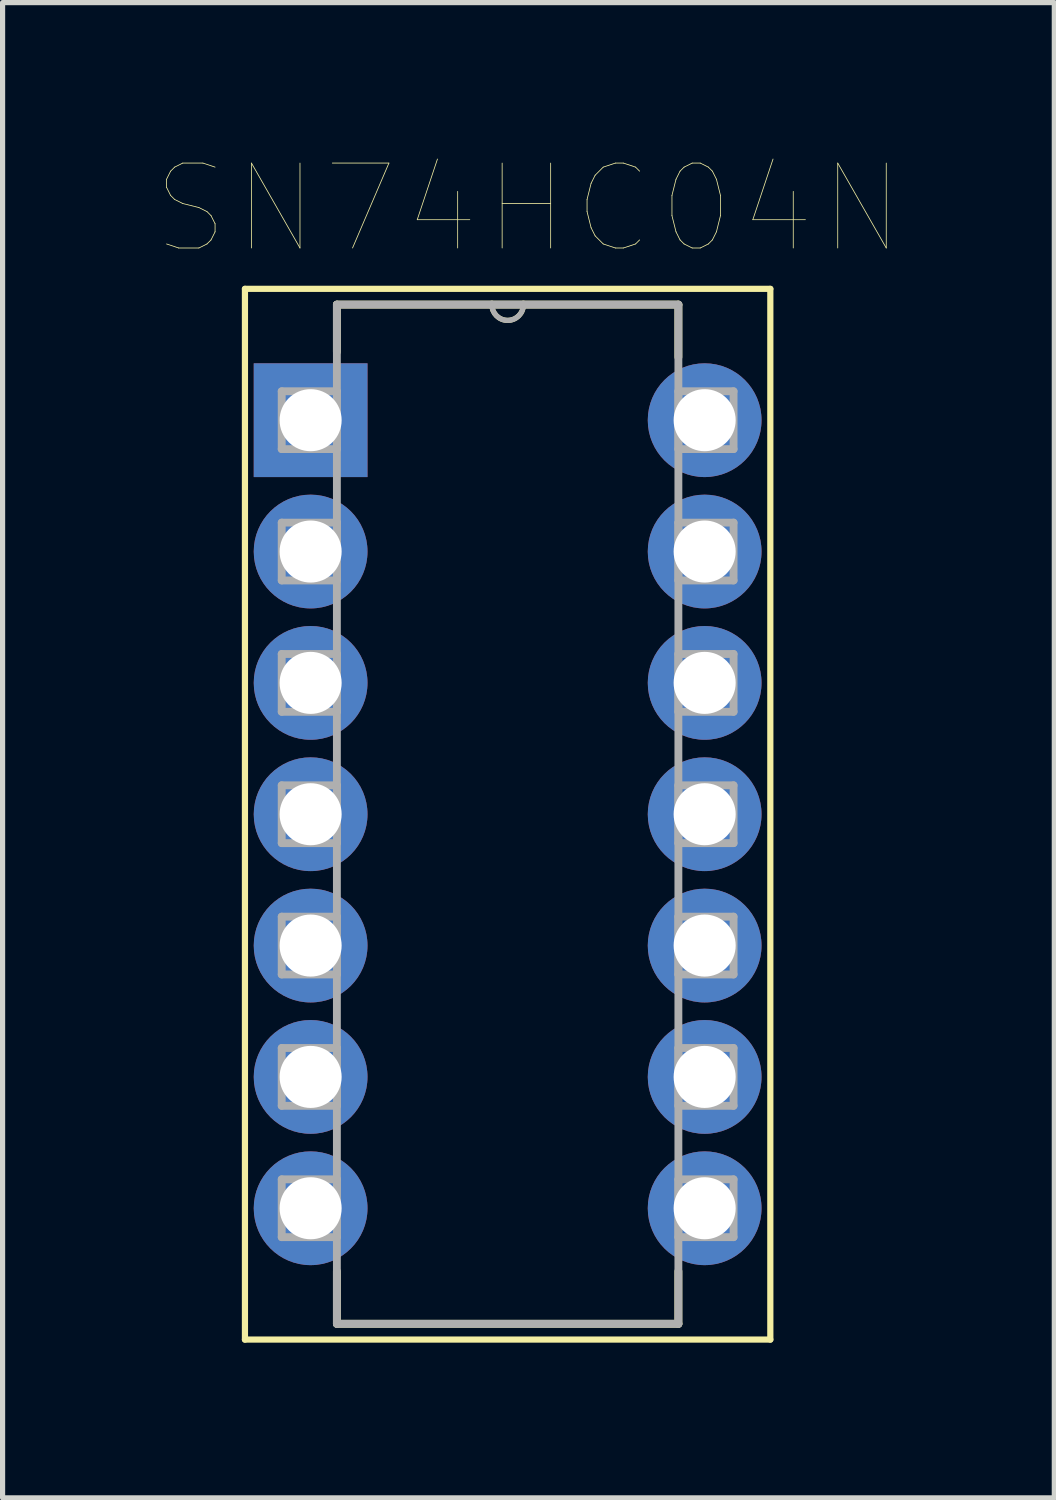
<source format=kicad_pcb>
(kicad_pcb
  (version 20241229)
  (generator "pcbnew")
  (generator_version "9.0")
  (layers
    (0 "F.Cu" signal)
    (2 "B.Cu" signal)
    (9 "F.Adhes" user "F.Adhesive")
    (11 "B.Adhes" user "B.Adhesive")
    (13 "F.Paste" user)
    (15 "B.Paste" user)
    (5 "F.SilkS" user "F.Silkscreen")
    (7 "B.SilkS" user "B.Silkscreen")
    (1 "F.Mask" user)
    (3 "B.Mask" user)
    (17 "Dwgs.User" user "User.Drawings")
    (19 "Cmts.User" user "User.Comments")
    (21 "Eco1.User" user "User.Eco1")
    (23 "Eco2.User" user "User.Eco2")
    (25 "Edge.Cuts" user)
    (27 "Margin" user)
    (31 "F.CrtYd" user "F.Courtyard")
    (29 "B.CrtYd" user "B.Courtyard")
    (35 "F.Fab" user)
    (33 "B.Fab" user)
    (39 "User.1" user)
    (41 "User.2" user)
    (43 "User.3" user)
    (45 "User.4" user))
  (footprint "SN74HC04N"
    (layer "F.Cu")
    (at 10.577 20.316)
    (property "Reference" "SN74HC04N" (at -3.408 -19.329 0) (layer "F.SilkS") (effects (font (size 1.642 1.642) (thickness 0.015))))
    (attr through_hole)
    (fp_line (start -8.89 -17.78) (end 1.27 -17.78) (stroke (width 0.12) (type solid)) (layer "F.SilkS"))
    (fp_line (start -8.89 2.54) (end -8.89 -17.78) (stroke (width 0.12) (type solid)) (layer "F.SilkS"))
    (fp_line (start -7.112 -17.475) (end -7.112 -16.561) (stroke (width 0.152) (type solid)) (layer "F.SilkS"))
    (fp_line (start -7.112 1.219) (end -7.112 2.235) (stroke (width 0.152) (type solid)) (layer "F.SilkS"))
    (fp_line (start -7.112 2.235) (end -0.508 2.235) (stroke (width 0.152) (type solid)) (layer "F.SilkS"))
    (fp_line (start -4.115 -17.475) (end -7.112 -17.475) (stroke (width 0.152) (type solid)) (layer "F.SilkS"))
    (fp_line (start -3.505 -17.475) (end -4.115 -17.475) (stroke (width 0.152) (type solid)) (layer "F.SilkS"))
    (fp_line (start -0.508 -17.475) (end -3.505 -17.475) (stroke (width 0.152) (type solid)) (layer "F.SilkS"))
    (fp_line (start -0.508 -16.459) (end -0.508 -17.475) (stroke (width 0.152) (type solid)) (layer "F.SilkS"))
    (fp_line (start -0.508 2.235) (end -0.508 1.219) (stroke (width 0.152) (type solid)) (layer "F.SilkS"))
    (fp_line (start 1.27 -17.78) (end 1.27 2.54) (stroke (width 0.12) (type solid)) (layer "F.SilkS"))
    (fp_line (start 1.27 2.54) (end -8.89 2.54) (stroke (width 0.12) (type solid)) (layer "F.SilkS"))
    (fp_arc (start -3.5052 -17.4752) (mid -3.81 -17.1704) (end -4.1148 -17.4752) (stroke (width 0.1) (type solid)) (layer "F.SilkS"))
    (fp_line (start -8.179 -15.799) (end -8.179 -14.681) (stroke (width 0.152) (type solid)) (layer "F.Fab"))
    (fp_line (start -8.179 -14.681) (end -7.112 -14.681) (stroke (width 0.152) (type solid)) (layer "F.Fab"))
    (fp_line (start -8.179 -13.259) (end -8.179 -12.141) (stroke (width 0.152) (type solid)) (layer "F.Fab"))
    (fp_line (start -8.179 -12.141) (end -7.112 -12.141) (stroke (width 0.152) (type solid)) (layer "F.Fab"))
    (fp_line (start -8.179 -10.719) (end -8.179 -9.601) (stroke (width 0.152) (type solid)) (layer "F.Fab"))
    (fp_line (start -8.179 -9.601) (end -7.112 -9.601) (stroke (width 0.152) (type solid)) (layer "F.Fab"))
    (fp_line (start -8.179 -8.179) (end -8.179 -7.061) (stroke (width 0.152) (type solid)) (layer "F.Fab"))
    (fp_line (start -8.179 -7.061) (end -7.112 -7.061) (stroke (width 0.152) (type solid)) (layer "F.Fab"))
    (fp_line (start -8.179 -5.639) (end -8.179 -4.521) (stroke (width 0.152) (type solid)) (layer "F.Fab"))
    (fp_line (start -8.179 -4.521) (end -7.112 -4.521) (stroke (width 0.152) (type solid)) (layer "F.Fab"))
    (fp_line (start -8.179 -3.099) (end -8.179 -1.981) (stroke (width 0.152) (type solid)) (layer "F.Fab"))
    (fp_line (start -8.179 -1.981) (end -7.112 -1.981) (stroke (width 0.152) (type solid)) (layer "F.Fab"))
    (fp_line (start -8.179 -0.559) (end -8.179 0.559) (stroke (width 0.152) (type solid)) (layer "F.Fab"))
    (fp_line (start -8.179 0.559) (end -7.112 0.559) (stroke (width 0.152) (type solid)) (layer "F.Fab"))
    (fp_line (start -7.112 -17.475) (end -7.112 2.235) (stroke (width 0.152) (type solid)) (layer "F.Fab"))
    (fp_line (start -7.112 -15.799) (end -8.179 -15.799) (stroke (width 0.152) (type solid)) (layer "F.Fab"))
    (fp_line (start -7.112 -14.681) (end -7.112 -15.799) (stroke (width 0.152) (type solid)) (layer "F.Fab"))
    (fp_line (start -7.112 -13.259) (end -8.179 -13.259) (stroke (width 0.152) (type solid)) (layer "F.Fab"))
    (fp_line (start -7.112 -12.141) (end -7.112 -13.259) (stroke (width 0.152) (type solid)) (layer "F.Fab"))
    (fp_line (start -7.112 -10.719) (end -8.179 -10.719) (stroke (width 0.152) (type solid)) (layer "F.Fab"))
    (fp_line (start -7.112 -9.601) (end -7.112 -10.719) (stroke (width 0.152) (type solid)) (layer "F.Fab"))
    (fp_line (start -7.112 -8.179) (end -8.179 -8.179) (stroke (width 0.152) (type solid)) (layer "F.Fab"))
    (fp_line (start -7.112 -7.061) (end -7.112 -8.179) (stroke (width 0.152) (type solid)) (layer "F.Fab"))
    (fp_line (start -7.112 -5.639) (end -8.179 -5.639) (stroke (width 0.152) (type solid)) (layer "F.Fab"))
    (fp_line (start -7.112 -4.521) (end -7.112 -5.639) (stroke (width 0.152) (type solid)) (layer "F.Fab"))
    (fp_line (start -7.112 -3.099) (end -8.179 -3.099) (stroke (width 0.152) (type solid)) (layer "F.Fab"))
    (fp_line (start -7.112 -1.981) (end -7.112 -3.099) (stroke (width 0.152) (type solid)) (layer "F.Fab"))
    (fp_line (start -7.112 -0.559) (end -8.179 -0.559) (stroke (width 0.152) (type solid)) (layer "F.Fab"))
    (fp_line (start -7.112 0.559) (end -7.112 -0.559) (stroke (width 0.152) (type solid)) (layer "F.Fab"))
    (fp_line (start -7.112 2.235) (end -0.508 2.235) (stroke (width 0.152) (type solid)) (layer "F.Fab"))
    (fp_line (start -4.115 -17.475) (end -7.112 -17.475) (stroke (width 0.152) (type solid)) (layer "F.Fab"))
    (fp_line (start -3.505 -17.475) (end -4.115 -17.475) (stroke (width 0.152) (type solid)) (layer "F.Fab"))
    (fp_line (start -0.508 -17.475) (end -3.505 -17.475) (stroke (width 0.152) (type solid)) (layer "F.Fab"))
    (fp_line (start -0.508 -15.799) (end -0.508 -14.681) (stroke (width 0.152) (type solid)) (layer "F.Fab"))
    (fp_line (start -0.508 -14.681) (end 0.559 -14.681) (stroke (width 0.152) (type solid)) (layer "F.Fab"))
    (fp_line (start -0.508 -13.259) (end -0.508 -12.141) (stroke (width 0.152) (type solid)) (layer "F.Fab"))
    (fp_line (start -0.508 -12.141) (end 0.559 -12.141) (stroke (width 0.152) (type solid)) (layer "F.Fab"))
    (fp_line (start -0.508 -10.719) (end -0.508 -9.601) (stroke (width 0.152) (type solid)) (layer "F.Fab"))
    (fp_line (start -0.508 -9.601) (end 0.559 -9.601) (stroke (width 0.152) (type solid)) (layer "F.Fab"))
    (fp_line (start -0.508 -8.179) (end -0.508 -7.061) (stroke (width 0.152) (type solid)) (layer "F.Fab"))
    (fp_line (start -0.508 -7.061) (end 0.559 -7.061) (stroke (width 0.152) (type solid)) (layer "F.Fab"))
    (fp_line (start -0.508 -5.639) (end -0.508 -4.521) (stroke (width 0.152) (type solid)) (layer "F.Fab"))
    (fp_line (start -0.508 -4.521) (end 0.559 -4.521) (stroke (width 0.152) (type solid)) (layer "F.Fab"))
    (fp_line (start -0.508 -3.099) (end -0.508 -1.981) (stroke (width 0.152) (type solid)) (layer "F.Fab"))
    (fp_line (start -0.508 -1.981) (end 0.559 -1.981) (stroke (width 0.152) (type solid)) (layer "F.Fab"))
    (fp_line (start -0.508 -0.559) (end -0.508 0.559) (stroke (width 0.152) (type solid)) (layer "F.Fab"))
    (fp_line (start -0.508 0.559) (end 0.559 0.559) (stroke (width 0.152) (type solid)) (layer "F.Fab"))
    (fp_line (start -0.508 2.235) (end -0.508 -17.475) (stroke (width 0.152) (type solid)) (layer "F.Fab"))
    (fp_line (start 0.559 -15.799) (end -0.508 -15.799) (stroke (width 0.152) (type solid)) (layer "F.Fab"))
    (fp_line (start 0.559 -14.681) (end 0.559 -15.799) (stroke (width 0.152) (type solid)) (layer "F.Fab"))
    (fp_line (start 0.559 -13.259) (end -0.508 -13.259) (stroke (width 0.152) (type solid)) (layer "F.Fab"))
    (fp_line (start 0.559 -12.141) (end 0.559 -13.259) (stroke (width 0.152) (type solid)) (layer "F.Fab"))
    (fp_line (start 0.559 -10.719) (end -0.508 -10.719) (stroke (width 0.152) (type solid)) (layer "F.Fab"))
    (fp_line (start 0.559 -9.601) (end 0.559 -10.719) (stroke (width 0.152) (type solid)) (layer "F.Fab"))
    (fp_line (start 0.559 -8.179) (end -0.508 -8.179) (stroke (width 0.152) (type solid)) (layer "F.Fab"))
    (fp_line (start 0.559 -7.061) (end 0.559 -8.179) (stroke (width 0.152) (type solid)) (layer "F.Fab"))
    (fp_line (start 0.559 -5.639) (end -0.508 -5.639) (stroke (width 0.152) (type solid)) (layer "F.Fab"))
    (fp_line (start 0.559 -4.521) (end 0.559 -5.639) (stroke (width 0.152) (type solid)) (layer "F.Fab"))
    (fp_line (start 0.559 -3.099) (end -0.508 -3.099) (stroke (width 0.152) (type solid)) (layer "F.Fab"))
    (fp_line (start 0.559 -1.981) (end 0.559 -3.099) (stroke (width 0.152) (type solid)) (layer "F.Fab"))
    (fp_line (start 0.559 -0.559) (end -0.508 -0.559) (stroke (width 0.152) (type solid)) (layer "F.Fab"))
    (fp_line (start 0.559 0.559) (end 0.559 -0.559) (stroke (width 0.152) (type solid)) (layer "F.Fab"))
    (fp_arc (start -3.5052 -17.4752) (mid -3.81 -17.1704) (end -4.1148 -17.4752) (stroke (width 0.1) (type solid)) (layer "F.Fab"))
    (pad "1" thru_hole rect (at -7.62 -15.24) (size 2.2 2.2) (drill 1.2) (layers "*.Cu" "*.Mask"))
    (pad "2" thru_hole circle (at -7.62 -12.7) (size 2.2 2.2) (drill 1.2) (layers "*.Cu" "*.Mask"))
    (pad "3" thru_hole circle (at -7.62 -10.16) (size 2.2 2.2) (drill 1.2) (layers "*.Cu" "*.Mask"))
    (pad "4" thru_hole circle (at -7.62 -7.62) (size 2.2 2.2) (drill 1.2) (layers "*.Cu" "*.Mask"))
    (pad "5" thru_hole circle (at -7.62 -5.08) (size 2.2 2.2) (drill 1.2) (layers "*.Cu" "*.Mask"))
    (pad "6" thru_hole circle (at -7.62 -2.54) (size 2.2 2.2) (drill 1.2) (layers "*.Cu" "*.Mask"))
    (pad "7" thru_hole circle (at -7.62 0) (size 2.2 2.2) (drill 1.2) (layers "*.Cu" "*.Mask"))
    (pad "8" thru_hole circle (at 0 0) (size 2.2 2.2) (drill 1.2) (layers "*.Cu" "*.Mask"))
    (pad "9" thru_hole circle (at 0 -2.54) (size 2.2 2.2) (drill 1.2) (layers "*.Cu" "*.Mask"))
    (pad "10" thru_hole circle (at 0 -5.08) (size 2.2 2.2) (drill 1.2) (layers "*.Cu" "*.Mask"))
    (pad "11" thru_hole circle (at 0 -7.62) (size 2.2 2.2) (drill 1.2) (layers "*.Cu" "*.Mask"))
    (pad "12" thru_hole circle (at 0 -10.16) (size 2.2 2.2) (drill 1.2) (layers "*.Cu" "*.Mask"))
    (pad "13" thru_hole circle (at 0 -12.7) (size 2.2 2.2) (drill 1.2) (layers "*.Cu" "*.Mask"))
    (pad "14" thru_hole circle (at 0 -15.24) (size 2.2 2.2) (drill 1.2) (layers "*.Cu" "*.Mask")))
  (gr_rect
    (start -3 -3)
    (end 17.339 25.916)
    (stroke (width 0.1) (type default))
    (fill no)
    (layer "Edge.Cuts")))
</source>
